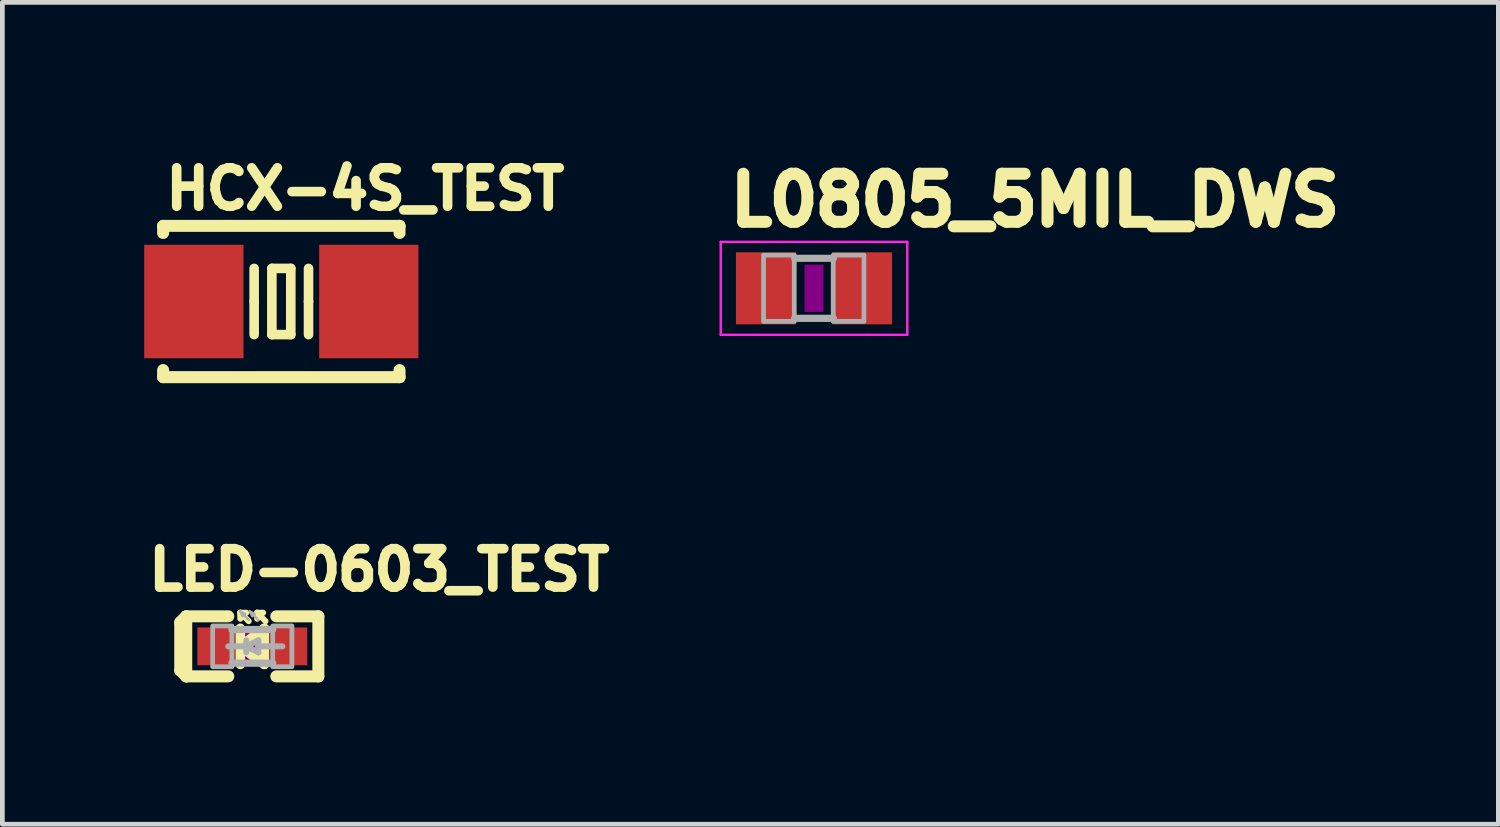
<source format=kicad_pcb>
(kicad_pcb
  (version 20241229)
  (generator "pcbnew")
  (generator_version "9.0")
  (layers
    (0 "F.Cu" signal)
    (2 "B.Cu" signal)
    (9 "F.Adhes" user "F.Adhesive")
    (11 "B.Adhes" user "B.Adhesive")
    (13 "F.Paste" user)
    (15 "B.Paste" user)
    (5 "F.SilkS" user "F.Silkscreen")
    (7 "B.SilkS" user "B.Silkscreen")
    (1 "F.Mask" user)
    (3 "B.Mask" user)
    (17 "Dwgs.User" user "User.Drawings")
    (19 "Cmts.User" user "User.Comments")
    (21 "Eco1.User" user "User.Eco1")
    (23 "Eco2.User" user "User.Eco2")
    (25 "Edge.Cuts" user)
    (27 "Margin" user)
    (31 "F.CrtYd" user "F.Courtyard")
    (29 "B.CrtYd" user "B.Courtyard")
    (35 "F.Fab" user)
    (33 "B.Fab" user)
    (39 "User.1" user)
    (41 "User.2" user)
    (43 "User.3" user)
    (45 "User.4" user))
  (footprint "LED-0603_TEST"
    (layer "F.Cu")
    (at 2.286 10.62)
    (property "Reference" "LED-0603_TEST" (at -2.286 -1.143 0) (layer "F.SilkS") (effects (font (size 0.813 0.813) (thickness 0.203)) (justify left bottom)))
    (fp_line (start -1.524 -0.508) (end -1.524 0.508) (stroke (width 0.254) (type solid)) (layer "F.SilkS"))
    (fp_line (start -1.524 0.508) (end -1.397 0.635) (stroke (width 0.254) (type solid)) (layer "F.SilkS"))
    (fp_line (start -1.397 -0.635) (end -1.524 -0.508) (stroke (width 0.254) (type solid)) (layer "F.SilkS"))
    (fp_line (start -1.397 -0.635) (end -1.397 0.635) (stroke (width 0.254) (type solid)) (layer "F.SilkS"))
    (fp_line (start -1.397 0.635) (end -0.508 0.635) (stroke (width 0.254) (type solid)) (layer "F.SilkS"))
    (fp_line (start -0.508 -0.635) (end -1.397 -0.635) (stroke (width 0.254) (type solid)) (layer "F.SilkS"))
    (fp_line (start -0.254 -0.711) (end -0.254 -0.584) (stroke (width 0.127) (type solid)) (layer "F.SilkS"))
    (fp_line (start -0.254 -0.711) (end -0.127 -0.711) (stroke (width 0.127) (type solid)) (layer "F.SilkS"))
    (fp_line (start -0.254 -0.711) (end -0.076 -0.533) (stroke (width 0.127) (type solid)) (layer "F.SilkS"))
    (fp_line (start -0.254 -0.381) (end -0.254 0) (stroke (width 0.203) (type solid)) (layer "F.SilkS"))
    (fp_line (start -0.254 0) (end -0.254 0.381) (stroke (width 0.203) (type solid)) (layer "F.SilkS"))
    (fp_line (start -0.254 0) (end 0.254 -0.381) (stroke (width 0.203) (type solid)) (layer "F.SilkS"))
    (fp_line (start 0.102 -0.711) (end 0.102 -0.584) (stroke (width 0.127) (type solid)) (layer "F.SilkS"))
    (fp_line (start 0.102 -0.711) (end 0.229 -0.711) (stroke (width 0.127) (type solid)) (layer "F.SilkS"))
    (fp_line (start 0.102 -0.711) (end 0.279 -0.533) (stroke (width 0.127) (type solid)) (layer "F.SilkS"))
    (fp_line (start 0.254 -0.381) (end 0.254 0.381) (stroke (width 0.203) (type solid)) (layer "F.SilkS"))
    (fp_line (start 0.254 0.381) (end -0.254 0) (stroke (width 0.203) (type solid)) (layer "F.SilkS"))
    (fp_line (start 0.508 0.635) (end 1.397 0.635) (stroke (width 0.254) (type solid)) (layer "F.SilkS"))
    (fp_line (start 1.397 -0.635) (end 0.508 -0.635) (stroke (width 0.254) (type solid)) (layer "F.SilkS"))
    (fp_line (start 1.397 0.635) (end 1.397 -0.635) (stroke (width 0.254) (type solid)) (layer "F.SilkS"))
    (fp_poly (pts (xy -0.2 0.4) (xy 0.2 0.4) (xy 0.2 -0.4) (xy -0.2 -0.4)) (stroke (width 0) (type solid)) (fill yes) (layer "F.Adhes"))
    (fp_line (start -0.432 0.356) (end 0.432 0.356) (stroke (width 0.152) (type solid)) (layer "F.Fab"))
    (fp_line (start -0.254 -0.737) (end -0.203 -0.635) (stroke (width 0.051) (type solid)) (layer "F.Fab"))
    (fp_line (start -0.254 -0.737) (end -0.152 -0.686) (stroke (width 0.051) (type solid)) (layer "F.Fab"))
    (fp_line (start -0.254 -0.737) (end -0.076 -0.559) (stroke (width 0.051) (type solid)) (layer "F.Fab"))
    (fp_line (start -0.127 0) (end -0.508 0) (stroke (width 0.127) (type solid)) (layer "F.Fab"))
    (fp_line (start -0.127 0) (end -0.127 -0.127) (stroke (width 0.127) (type solid)) (layer "F.Fab"))
    (fp_line (start -0.127 0) (end -0.127 0.127) (stroke (width 0.127) (type solid)) (layer "F.Fab"))
    (fp_line (start -0.127 0) (end 0.127 -0.127) (stroke (width 0.127) (type solid)) (layer "F.Fab"))
    (fp_line (start -0.051 -0.737) (end 0 -0.635) (stroke (width 0.051) (type solid)) (layer "F.Fab"))
    (fp_line (start -0.051 -0.737) (end 0.051 -0.686) (stroke (width 0.051) (type solid)) (layer "F.Fab"))
    (fp_line (start -0.051 -0.737) (end 0.127 -0.559) (stroke (width 0.051) (type solid)) (layer "F.Fab"))
    (fp_line (start 0.127 -0.127) (end 0.127 0) (stroke (width 0.127) (type solid)) (layer "F.Fab"))
    (fp_line (start 0.127 0) (end 0.127 0.127) (stroke (width 0.127) (type solid)) (layer "F.Fab"))
    (fp_line (start 0.127 0) (end 0.635 0) (stroke (width 0.127) (type solid)) (layer "F.Fab"))
    (fp_line (start 0.127 0.127) (end -0.127 0) (stroke (width 0.127) (type solid)) (layer "F.Fab"))
    (fp_line (start 0.432 -0.356) (end -0.432 -0.356) (stroke (width 0.152) (type solid)) (layer "F.Fab"))
    (fp_poly (pts (xy -0.838 0.432) (xy -0.432 0.432) (xy -0.432 -0.432) (xy -0.838 -0.432)) (stroke (width 0.1) (type solid)) (fill no) (layer "F.Fab"))
    (fp_poly (pts (xy 0.432 0.432) (xy 0.838 0.432) (xy 0.838 -0.432) (xy 0.432 -0.432)) (stroke (width 0.1) (type solid)) (fill no) (layer "F.Fab"))
    (pad "A" smd rect (at 0.762 0) (size 0.8 0.8) (layers "F.Cu" "F.Mask" "F.Paste"))
    (pad "C" smd rect (at -0.762 0) (size 0.8 0.8) (layers "F.Cu" "F.Mask" "F.Paste")))
  (footprint "HCX-4S_TEST"
    (layer "F.Cu")
    (at 2.9 3.327)
    (property "Reference" "HCX-4S_TEST" (at -2.54 -1.905 0) (layer "F.SilkS") (effects (font (size 0.813 0.813) (thickness 0.203)) (justify left bottom)))
    (fp_line (start -2.5 -1.6) (end -2.5 -1.45) (stroke (width 0.254) (type solid)) (layer "F.SilkS"))
    (fp_line (start -2.5 1.45) (end -2.5 1.6) (stroke (width 0.254) (type solid)) (layer "F.SilkS"))
    (fp_line (start -2.5 1.6) (end 2.5 1.6) (stroke (width 0.254) (type solid)) (layer "F.SilkS"))
    (fp_line (start -0.575 -0.7) (end -0.575 0) (stroke (width 0.203) (type solid)) (layer "F.SilkS"))
    (fp_line (start -0.575 0) (end -0.575 0.7) (stroke (width 0.203) (type solid)) (layer "F.SilkS"))
    (fp_line (start -0.2 -0.7) (end -0.2 0.7) (stroke (width 0.203) (type solid)) (layer "F.SilkS"))
    (fp_line (start -0.2 0.7) (end 0.2 0.7) (stroke (width 0.203) (type solid)) (layer "F.SilkS"))
    (fp_line (start 0.2 -0.7) (end -0.2 -0.7) (stroke (width 0.203) (type solid)) (layer "F.SilkS"))
    (fp_line (start 0.2 0.7) (end 0.2 -0.7) (stroke (width 0.203) (type solid)) (layer "F.SilkS"))
    (fp_line (start 0.575 -0.7) (end 0.575 0) (stroke (width 0.203) (type solid)) (layer "F.SilkS"))
    (fp_line (start 0.575 0) (end 0.575 0.7) (stroke (width 0.203) (type solid)) (layer "F.SilkS"))
    (fp_line (start 2.5 -1.6) (end -2.5 -1.6) (stroke (width 0.254) (type solid)) (layer "F.SilkS"))
    (fp_line (start 2.5 -1.45) (end 2.5 -1.6) (stroke (width 0.254) (type solid)) (layer "F.SilkS"))
    (fp_line (start 2.5 1.6) (end 2.5 1.45) (stroke (width 0.254) (type solid)) (layer "F.SilkS"))
    (pad "1" smd rect (at -1.85 0) (size 2.1 2.4) (layers "F.Cu" "F.Mask" "F.Paste"))
    (pad "2" smd rect (at 1.85 0) (size 2.1 2.4) (layers "F.Cu" "F.Mask" "F.Paste")))
  (footprint "L0805_5MIL_DWS"
    (layer "F.Cu")
    (at 14.166 3.048)
    (property "Reference" "L0805_5MIL_DWS" (at -1.905 -1.27 0) (layer "F.SilkS") (effects (font (size 1.016 1.016) (thickness 0.254)) (justify left bottom)))
    (fp_poly (pts (xy -0.2 0.5) (xy 0.2 0.5) (xy 0.2 -0.5) (xy -0.2 -0.5)) (stroke (width 0) (type solid)) (fill yes) (layer "F.Adhes"))
    (fp_line (start -1.973 -0.983) (end 1.973 -0.983) (stroke (width 0.051) (type solid)) (layer "F.CrtYd"))
    (fp_line (start -1.973 0.983) (end -1.973 -0.983) (stroke (width 0.051) (type solid)) (layer "F.CrtYd"))
    (fp_line (start 1.973 -0.983) (end 1.973 0.983) (stroke (width 0.051) (type solid)) (layer "F.CrtYd"))
    (fp_line (start 1.973 0.983) (end -1.973 0.983) (stroke (width 0.051) (type solid)) (layer "F.CrtYd"))
    (fp_line (start -0.41 -0.635) (end 0.41 -0.635) (stroke (width 0.152) (type solid)) (layer "F.Fab"))
    (fp_line (start -0.41 0.635) (end 0.41 0.635) (stroke (width 0.152) (type solid)) (layer "F.Fab"))
    (fp_poly (pts (xy -1.067 0.699) (xy -0.417 0.699) (xy -0.417 -0.702) (xy -1.067 -0.702)) (stroke (width 0.1) (type solid)) (fill no) (layer "F.Fab"))
    (fp_poly (pts (xy 0.406 0.699) (xy 1.056 0.699) (xy 1.056 -0.702) (xy 0.406 -0.702)) (stroke (width 0.1) (type solid)) (fill no) (layer "F.Fab"))
    (pad "1" smd rect (at -1.016 0) (size 1.27 1.524) (layers "F.Cu" "F.Mask" "F.Paste"))
    (pad "2" smd rect (at 1.016 0) (size 1.27 1.524) (layers "F.Cu" "F.Mask" "F.Paste")))
  (gr_rect
    (start -3 -3)
    (end 28.64 14.382)
    (stroke (width 0.1) (type default))
    (fill no)
    (layer "Edge.Cuts")))
</source>
